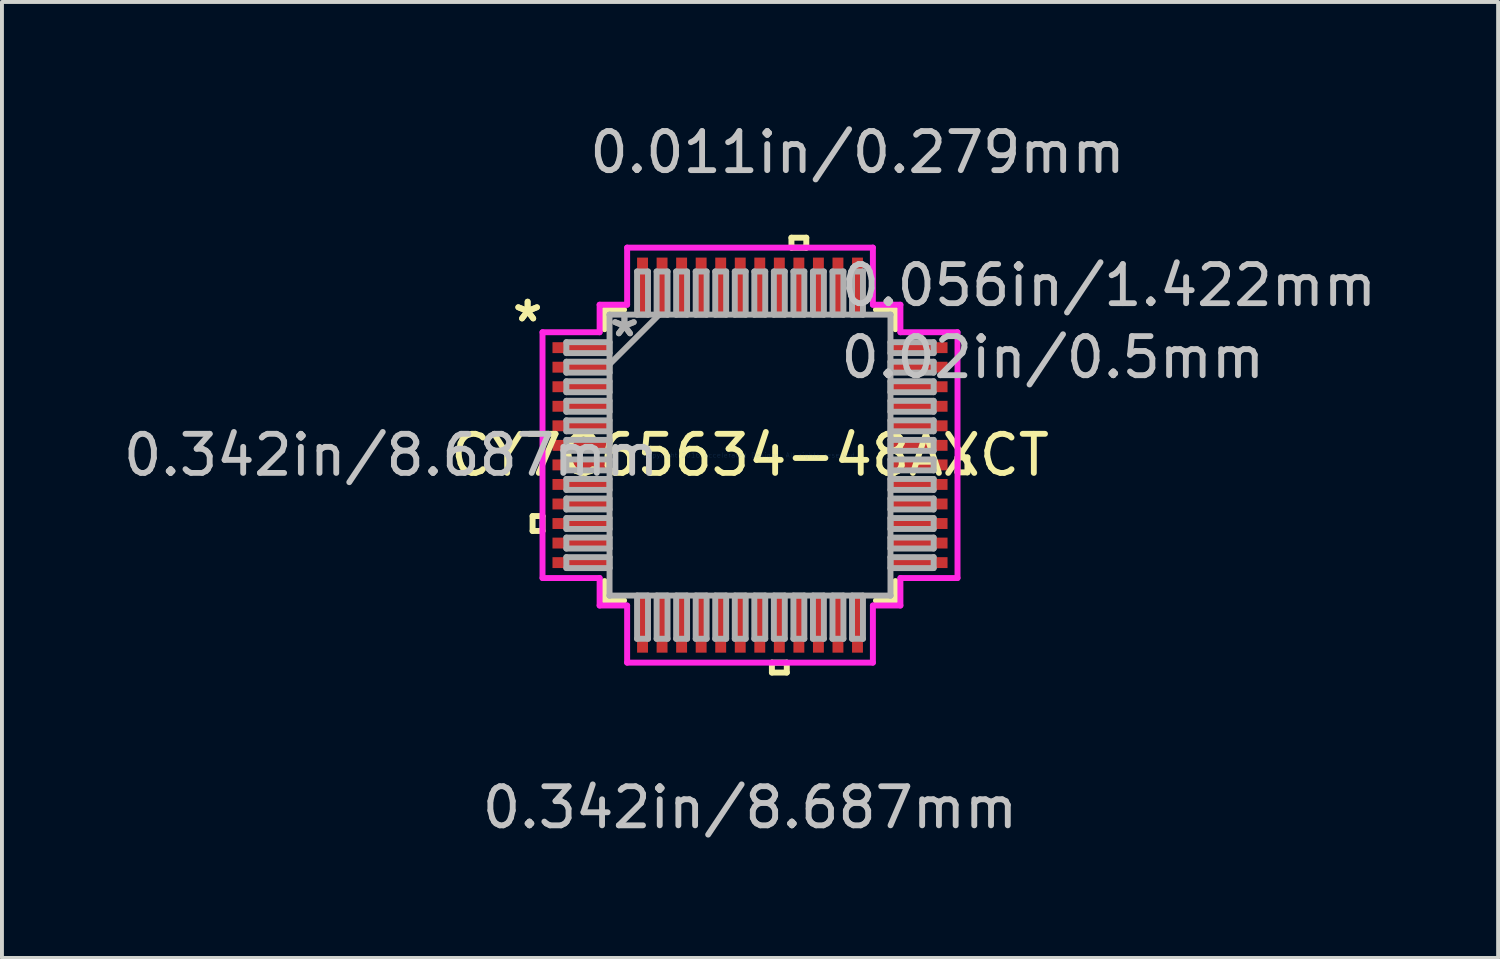
<source format=kicad_pcb>
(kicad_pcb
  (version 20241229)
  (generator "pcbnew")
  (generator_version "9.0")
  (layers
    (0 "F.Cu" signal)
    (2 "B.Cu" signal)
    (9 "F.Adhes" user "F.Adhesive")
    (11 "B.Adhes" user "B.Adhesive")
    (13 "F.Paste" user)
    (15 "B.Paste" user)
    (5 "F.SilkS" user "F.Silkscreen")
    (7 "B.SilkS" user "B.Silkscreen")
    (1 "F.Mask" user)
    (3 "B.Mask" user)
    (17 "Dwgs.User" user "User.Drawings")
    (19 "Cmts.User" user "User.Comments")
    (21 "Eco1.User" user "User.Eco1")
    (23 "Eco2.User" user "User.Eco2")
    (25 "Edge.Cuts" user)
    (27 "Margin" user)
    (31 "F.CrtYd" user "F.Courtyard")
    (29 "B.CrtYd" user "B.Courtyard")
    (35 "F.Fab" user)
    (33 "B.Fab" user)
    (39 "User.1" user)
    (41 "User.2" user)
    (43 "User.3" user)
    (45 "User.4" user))
  (footprint "CY7C65634-48AXCT"
    (layer "F.Cu")
    (at 16.14 8.595)
    (property "Reference" "CY7C65634-48AXCT" (at 0 0 0) (layer "F.SilkS") (effects (font (size 1 1) (thickness 0.15))))
    (attr through_hole)
    (fp_line (start -5.563 1.559) (end -5.563 1.94) (stroke (width 0.152) (type solid)) (layer "F.SilkS"))
    (fp_line (start -5.563 1.94) (end -5.309 1.94) (stroke (width 0.152) (type solid)) (layer "F.SilkS"))
    (fp_line (start -5.309 1.559) (end -5.563 1.559) (stroke (width 0.152) (type solid)) (layer "F.SilkS"))
    (fp_line (start -5.309 1.94) (end -5.309 1.559) (stroke (width 0.152) (type solid)) (layer "F.SilkS"))
    (fp_line (start -3.721 -3.721) (end -3.721 -3.222) (stroke (width 0.152) (type solid)) (layer "F.SilkS"))
    (fp_line (start -3.721 3.222) (end -3.721 3.721) (stroke (width 0.152) (type solid)) (layer "F.SilkS"))
    (fp_line (start -3.721 3.721) (end -3.222 3.721) (stroke (width 0.152) (type solid)) (layer "F.SilkS"))
    (fp_line (start -3.222 -3.721) (end -3.721 -3.721) (stroke (width 0.152) (type solid)) (layer "F.SilkS"))
    (fp_line (start 0.56 5.309) (end 0.56 5.563) (stroke (width 0.152) (type solid)) (layer "F.SilkS"))
    (fp_line (start 0.56 5.563) (end 0.941 5.563) (stroke (width 0.152) (type solid)) (layer "F.SilkS"))
    (fp_line (start 0.941 5.309) (end 0.56 5.309) (stroke (width 0.152) (type solid)) (layer "F.SilkS"))
    (fp_line (start 0.941 5.563) (end 0.941 5.309) (stroke (width 0.152) (type solid)) (layer "F.SilkS"))
    (fp_line (start 1.06 -5.563) (end 1.44 -5.563) (stroke (width 0.152) (type solid)) (layer "F.SilkS"))
    (fp_line (start 1.06 -5.309) (end 1.06 -5.563) (stroke (width 0.152) (type solid)) (layer "F.SilkS"))
    (fp_line (start 1.44 -5.563) (end 1.44 -5.309) (stroke (width 0.152) (type solid)) (layer "F.SilkS"))
    (fp_line (start 1.44 -5.309) (end 1.06 -5.309) (stroke (width 0.152) (type solid)) (layer "F.SilkS"))
    (fp_line (start 3.222 3.721) (end 3.721 3.721) (stroke (width 0.152) (type solid)) (layer "F.SilkS"))
    (fp_line (start 3.721 -3.721) (end 3.222 -3.721) (stroke (width 0.152) (type solid)) (layer "F.SilkS"))
    (fp_line (start 3.721 -3.222) (end 3.721 -3.721) (stroke (width 0.152) (type solid)) (layer "F.SilkS"))
    (fp_line (start 3.721 3.721) (end 3.721 3.222) (stroke (width 0.152) (type solid)) (layer "F.SilkS"))
    (fp_line (start 5.309 0.059) (end 5.563 0.059) (stroke (width 0.152) (type solid)) (layer "F.SilkS"))
    (fp_line (start 5.309 0.441) (end 5.309 0.059) (stroke (width 0.152) (type solid)) (layer "F.SilkS"))
    (fp_line (start 5.563 0.059) (end 5.563 0.441) (stroke (width 0.152) (type solid)) (layer "F.SilkS"))
    (fp_line (start 5.563 0.441) (end 5.309 0.441) (stroke (width 0.152) (type solid)) (layer "F.SilkS"))
    (fp_line (start -5.309 -3.144) (end -3.848 -3.144) (stroke (width 0.152) (type solid)) (layer "F.CrtYd"))
    (fp_line (start -5.309 3.144) (end -5.309 -3.144) (stroke (width 0.152) (type solid)) (layer "F.CrtYd"))
    (fp_line (start -3.848 -3.848) (end -3.144 -3.848) (stroke (width 0.152) (type solid)) (layer "F.CrtYd"))
    (fp_line (start -3.848 -3.144) (end -3.848 -3.848) (stroke (width 0.152) (type solid)) (layer "F.CrtYd"))
    (fp_line (start -3.848 3.144) (end -5.309 3.144) (stroke (width 0.152) (type solid)) (layer "F.CrtYd"))
    (fp_line (start -3.848 3.848) (end -3.848 3.144) (stroke (width 0.152) (type solid)) (layer "F.CrtYd"))
    (fp_line (start -3.144 -5.309) (end 3.144 -5.309) (stroke (width 0.152) (type solid)) (layer "F.CrtYd"))
    (fp_line (start -3.144 -3.848) (end -3.144 -5.309) (stroke (width 0.152) (type solid)) (layer "F.CrtYd"))
    (fp_line (start -3.144 3.848) (end -3.848 3.848) (stroke (width 0.152) (type solid)) (layer "F.CrtYd"))
    (fp_line (start -3.144 5.309) (end -3.144 3.848) (stroke (width 0.152) (type solid)) (layer "F.CrtYd"))
    (fp_line (start 3.144 -5.309) (end 3.144 -3.848) (stroke (width 0.152) (type solid)) (layer "F.CrtYd"))
    (fp_line (start 3.144 -3.848) (end 3.848 -3.848) (stroke (width 0.152) (type solid)) (layer "F.CrtYd"))
    (fp_line (start 3.144 3.848) (end 3.144 5.309) (stroke (width 0.152) (type solid)) (layer "F.CrtYd"))
    (fp_line (start 3.144 5.309) (end -3.144 5.309) (stroke (width 0.152) (type solid)) (layer "F.CrtYd"))
    (fp_line (start 3.848 -3.848) (end 3.848 -3.144) (stroke (width 0.152) (type solid)) (layer "F.CrtYd"))
    (fp_line (start 3.848 -3.144) (end 5.309 -3.144) (stroke (width 0.152) (type solid)) (layer "F.CrtYd"))
    (fp_line (start 3.848 3.144) (end 3.848 3.848) (stroke (width 0.152) (type solid)) (layer "F.CrtYd"))
    (fp_line (start 3.848 3.848) (end 3.144 3.848) (stroke (width 0.152) (type solid)) (layer "F.CrtYd"))
    (fp_line (start 5.309 -3.144) (end 5.309 3.144) (stroke (width 0.152) (type solid)) (layer "F.CrtYd"))
    (fp_line (start 5.309 3.144) (end 3.848 3.144) (stroke (width 0.152) (type solid)) (layer "F.CrtYd"))
    (fp_line (start -4.699 -2.89) (end -4.699 -2.61) (stroke (width 0.152) (type solid)) (layer "F.Fab"))
    (fp_line (start -4.699 -2.61) (end -3.594 -2.61) (stroke (width 0.152) (type solid)) (layer "F.Fab"))
    (fp_line (start -4.699 -2.39) (end -4.699 -2.11) (stroke (width 0.152) (type solid)) (layer "F.Fab"))
    (fp_line (start -4.699 -2.11) (end -3.594 -2.11) (stroke (width 0.152) (type solid)) (layer "F.Fab"))
    (fp_line (start -4.699 -1.89) (end -4.699 -1.61) (stroke (width 0.152) (type solid)) (layer "F.Fab"))
    (fp_line (start -4.699 -1.61) (end -3.594 -1.61) (stroke (width 0.152) (type solid)) (layer "F.Fab"))
    (fp_line (start -4.699 -1.39) (end -4.699 -1.11) (stroke (width 0.152) (type solid)) (layer "F.Fab"))
    (fp_line (start -4.699 -1.11) (end -3.594 -1.11) (stroke (width 0.152) (type solid)) (layer "F.Fab"))
    (fp_line (start -4.699 -0.89) (end -4.699 -0.61) (stroke (width 0.152) (type solid)) (layer "F.Fab"))
    (fp_line (start -4.699 -0.61) (end -3.594 -0.61) (stroke (width 0.152) (type solid)) (layer "F.Fab"))
    (fp_line (start -4.699 -0.39) (end -4.699 -0.11) (stroke (width 0.152) (type solid)) (layer "F.Fab"))
    (fp_line (start -4.699 -0.11) (end -3.594 -0.11) (stroke (width 0.152) (type solid)) (layer "F.Fab"))
    (fp_line (start -4.699 0.11) (end -4.699 0.39) (stroke (width 0.152) (type solid)) (layer "F.Fab"))
    (fp_line (start -4.699 0.39) (end -3.594 0.39) (stroke (width 0.152) (type solid)) (layer "F.Fab"))
    (fp_line (start -4.699 0.61) (end -4.699 0.89) (stroke (width 0.152) (type solid)) (layer "F.Fab"))
    (fp_line (start -4.699 0.89) (end -3.594 0.89) (stroke (width 0.152) (type solid)) (layer "F.Fab"))
    (fp_line (start -4.699 1.11) (end -4.699 1.39) (stroke (width 0.152) (type solid)) (layer "F.Fab"))
    (fp_line (start -4.699 1.39) (end -3.594 1.39) (stroke (width 0.152) (type solid)) (layer "F.Fab"))
    (fp_line (start -4.699 1.61) (end -4.699 1.89) (stroke (width 0.152) (type solid)) (layer "F.Fab"))
    (fp_line (start -4.699 1.89) (end -3.594 1.89) (stroke (width 0.152) (type solid)) (layer "F.Fab"))
    (fp_line (start -4.699 2.11) (end -4.699 2.39) (stroke (width 0.152) (type solid)) (layer "F.Fab"))
    (fp_line (start -4.699 2.39) (end -3.594 2.39) (stroke (width 0.152) (type solid)) (layer "F.Fab"))
    (fp_line (start -4.699 2.61) (end -4.699 2.89) (stroke (width 0.152) (type solid)) (layer "F.Fab"))
    (fp_line (start -4.699 2.89) (end -3.594 2.89) (stroke (width 0.152) (type solid)) (layer "F.Fab"))
    (fp_line (start -3.594 -3.594) (end -3.594 -3.594) (stroke (width 0.152) (type solid)) (layer "F.Fab"))
    (fp_line (start -3.594 -3.594) (end -3.594 3.594) (stroke (width 0.152) (type solid)) (layer "F.Fab"))
    (fp_line (start -3.594 -2.89) (end -4.699 -2.89) (stroke (width 0.152) (type solid)) (layer "F.Fab"))
    (fp_line (start -3.594 -2.61) (end -3.594 -2.89) (stroke (width 0.152) (type solid)) (layer "F.Fab"))
    (fp_line (start -3.594 -2.39) (end -4.699 -2.39) (stroke (width 0.152) (type solid)) (layer "F.Fab"))
    (fp_line (start -3.594 -2.324) (end -2.324 -3.594) (stroke (width 0.152) (type solid)) (layer "F.Fab"))
    (fp_line (start -3.594 -2.11) (end -3.594 -2.39) (stroke (width 0.152) (type solid)) (layer "F.Fab"))
    (fp_line (start -3.594 -1.89) (end -4.699 -1.89) (stroke (width 0.152) (type solid)) (layer "F.Fab"))
    (fp_line (start -3.594 -1.61) (end -3.594 -1.89) (stroke (width 0.152) (type solid)) (layer "F.Fab"))
    (fp_line (start -3.594 -1.39) (end -4.699 -1.39) (stroke (width 0.152) (type solid)) (layer "F.Fab"))
    (fp_line (start -3.594 -1.11) (end -3.594 -1.39) (stroke (width 0.152) (type solid)) (layer "F.Fab"))
    (fp_line (start -3.594 -0.89) (end -4.699 -0.89) (stroke (width 0.152) (type solid)) (layer "F.Fab"))
    (fp_line (start -3.594 -0.61) (end -3.594 -0.89) (stroke (width 0.152) (type solid)) (layer "F.Fab"))
    (fp_line (start -3.594 -0.39) (end -4.699 -0.39) (stroke (width 0.152) (type solid)) (layer "F.Fab"))
    (fp_line (start -3.594 -0.11) (end -3.594 -0.39) (stroke (width 0.152) (type solid)) (layer "F.Fab"))
    (fp_line (start -3.594 0.11) (end -4.699 0.11) (stroke (width 0.152) (type solid)) (layer "F.Fab"))
    (fp_line (start -3.594 0.39) (end -3.594 0.11) (stroke (width 0.152) (type solid)) (layer "F.Fab"))
    (fp_line (start -3.594 0.61) (end -4.699 0.61) (stroke (width 0.152) (type solid)) (layer "F.Fab"))
    (fp_line (start -3.594 0.89) (end -3.594 0.61) (stroke (width 0.152) (type solid)) (layer "F.Fab"))
    (fp_line (start -3.594 1.11) (end -4.699 1.11) (stroke (width 0.152) (type solid)) (layer "F.Fab"))
    (fp_line (start -3.594 1.39) (end -3.594 1.11) (stroke (width 0.152) (type solid)) (layer "F.Fab"))
    (fp_line (start -3.594 1.61) (end -4.699 1.61) (stroke (width 0.152) (type solid)) (layer "F.Fab"))
    (fp_line (start -3.594 1.89) (end -3.594 1.61) (stroke (width 0.152) (type solid)) (layer "F.Fab"))
    (fp_line (start -3.594 2.11) (end -4.699 2.11) (stroke (width 0.152) (type solid)) (layer "F.Fab"))
    (fp_line (start -3.594 2.39) (end -3.594 2.11) (stroke (width 0.152) (type solid)) (layer "F.Fab"))
    (fp_line (start -3.594 2.61) (end -4.699 2.61) (stroke (width 0.152) (type solid)) (layer "F.Fab"))
    (fp_line (start -3.594 2.89) (end -3.594 2.61) (stroke (width 0.152) (type solid)) (layer "F.Fab"))
    (fp_line (start -3.594 3.594) (end -3.594 3.594) (stroke (width 0.152) (type solid)) (layer "F.Fab"))
    (fp_line (start -3.594 3.594) (end 3.594 3.594) (stroke (width 0.152) (type solid)) (layer "F.Fab"))
    (fp_line (start -2.89 -4.699) (end -2.89 -3.594) (stroke (width 0.152) (type solid)) (layer "F.Fab"))
    (fp_line (start -2.89 -3.594) (end -2.61 -3.594) (stroke (width 0.152) (type solid)) (layer "F.Fab"))
    (fp_line (start -2.89 3.594) (end -2.89 4.699) (stroke (width 0.152) (type solid)) (layer "F.Fab"))
    (fp_line (start -2.89 4.699) (end -2.61 4.699) (stroke (width 0.152) (type solid)) (layer "F.Fab"))
    (fp_line (start -2.61 -4.699) (end -2.89 -4.699) (stroke (width 0.152) (type solid)) (layer "F.Fab"))
    (fp_line (start -2.61 -3.594) (end -2.61 -4.699) (stroke (width 0.152) (type solid)) (layer "F.Fab"))
    (fp_line (start -2.61 3.594) (end -2.89 3.594) (stroke (width 0.152) (type solid)) (layer "F.Fab"))
    (fp_line (start -2.61 4.699) (end -2.61 3.594) (stroke (width 0.152) (type solid)) (layer "F.Fab"))
    (fp_line (start -2.39 -4.699) (end -2.39 -3.594) (stroke (width 0.152) (type solid)) (layer "F.Fab"))
    (fp_line (start -2.39 -3.594) (end -2.11 -3.594) (stroke (width 0.152) (type solid)) (layer "F.Fab"))
    (fp_line (start -2.39 3.594) (end -2.39 4.699) (stroke (width 0.152) (type solid)) (layer "F.Fab"))
    (fp_line (start -2.39 4.699) (end -2.11 4.699) (stroke (width 0.152) (type solid)) (layer "F.Fab"))
    (fp_line (start -2.11 -4.699) (end -2.39 -4.699) (stroke (width 0.152) (type solid)) (layer "F.Fab"))
    (fp_line (start -2.11 -3.594) (end -2.11 -4.699) (stroke (width 0.152) (type solid)) (layer "F.Fab"))
    (fp_line (start -2.11 3.594) (end -2.39 3.594) (stroke (width 0.152) (type solid)) (layer "F.Fab"))
    (fp_line (start -2.11 4.699) (end -2.11 3.594) (stroke (width 0.152) (type solid)) (layer "F.Fab"))
    (fp_line (start -1.89 -4.699) (end -1.89 -3.594) (stroke (width 0.152) (type solid)) (layer "F.Fab"))
    (fp_line (start -1.89 -3.594) (end -1.61 -3.594) (stroke (width 0.152) (type solid)) (layer "F.Fab"))
    (fp_line (start -1.89 3.594) (end -1.89 4.699) (stroke (width 0.152) (type solid)) (layer "F.Fab"))
    (fp_line (start -1.89 4.699) (end -1.61 4.699) (stroke (width 0.152) (type solid)) (layer "F.Fab"))
    (fp_line (start -1.61 -4.699) (end -1.89 -4.699) (stroke (width 0.152) (type solid)) (layer "F.Fab"))
    (fp_line (start -1.61 -3.594) (end -1.61 -4.699) (stroke (width 0.152) (type solid)) (layer "F.Fab"))
    (fp_line (start -1.61 3.594) (end -1.89 3.594) (stroke (width 0.152) (type solid)) (layer "F.Fab"))
    (fp_line (start -1.61 4.699) (end -1.61 3.594) (stroke (width 0.152) (type solid)) (layer "F.Fab"))
    (fp_line (start -1.39 -4.699) (end -1.39 -3.594) (stroke (width 0.152) (type solid)) (layer "F.Fab"))
    (fp_line (start -1.39 -3.594) (end -1.11 -3.594) (stroke (width 0.152) (type solid)) (layer "F.Fab"))
    (fp_line (start -1.39 3.594) (end -1.39 4.699) (stroke (width 0.152) (type solid)) (layer "F.Fab"))
    (fp_line (start -1.39 4.699) (end -1.11 4.699) (stroke (width 0.152) (type solid)) (layer "F.Fab"))
    (fp_line (start -1.11 -4.699) (end -1.39 -4.699) (stroke (width 0.152) (type solid)) (layer "F.Fab"))
    (fp_line (start -1.11 -3.594) (end -1.11 -4.699) (stroke (width 0.152) (type solid)) (layer "F.Fab"))
    (fp_line (start -1.11 3.594) (end -1.39 3.594) (stroke (width 0.152) (type solid)) (layer "F.Fab"))
    (fp_line (start -1.11 4.699) (end -1.11 3.594) (stroke (width 0.152) (type solid)) (layer "F.Fab"))
    (fp_line (start -0.89 -4.699) (end -0.89 -3.594) (stroke (width 0.152) (type solid)) (layer "F.Fab"))
    (fp_line (start -0.89 -3.594) (end -0.61 -3.594) (stroke (width 0.152) (type solid)) (layer "F.Fab"))
    (fp_line (start -0.89 3.594) (end -0.89 4.699) (stroke (width 0.152) (type solid)) (layer "F.Fab"))
    (fp_line (start -0.89 4.699) (end -0.61 4.699) (stroke (width 0.152) (type solid)) (layer "F.Fab"))
    (fp_line (start -0.61 -4.699) (end -0.89 -4.699) (stroke (width 0.152) (type solid)) (layer "F.Fab"))
    (fp_line (start -0.61 -3.594) (end -0.61 -4.699) (stroke (width 0.152) (type solid)) (layer "F.Fab"))
    (fp_line (start -0.61 3.594) (end -0.89 3.594) (stroke (width 0.152) (type solid)) (layer "F.Fab"))
    (fp_line (start -0.61 4.699) (end -0.61 3.594) (stroke (width 0.152) (type solid)) (layer "F.Fab"))
    (fp_line (start -0.39 -4.699) (end -0.39 -3.594) (stroke (width 0.152) (type solid)) (layer "F.Fab"))
    (fp_line (start -0.39 -3.594) (end -0.11 -3.594) (stroke (width 0.152) (type solid)) (layer "F.Fab"))
    (fp_line (start -0.39 3.594) (end -0.39 4.699) (stroke (width 0.152) (type solid)) (layer "F.Fab"))
    (fp_line (start -0.39 4.699) (end -0.11 4.699) (stroke (width 0.152) (type solid)) (layer "F.Fab"))
    (fp_line (start -0.11 -4.699) (end -0.39 -4.699) (stroke (width 0.152) (type solid)) (layer "F.Fab"))
    (fp_line (start -0.11 -3.594) (end -0.11 -4.699) (stroke (width 0.152) (type solid)) (layer "F.Fab"))
    (fp_line (start -0.11 3.594) (end -0.39 3.594) (stroke (width 0.152) (type solid)) (layer "F.Fab"))
    (fp_line (start -0.11 4.699) (end -0.11 3.594) (stroke (width 0.152) (type solid)) (layer "F.Fab"))
    (fp_line (start 0.11 -4.699) (end 0.11 -3.594) (stroke (width 0.152) (type solid)) (layer "F.Fab"))
    (fp_line (start 0.11 -3.594) (end 0.39 -3.594) (stroke (width 0.152) (type solid)) (layer "F.Fab"))
    (fp_line (start 0.11 3.594) (end 0.11 4.699) (stroke (width 0.152) (type solid)) (layer "F.Fab"))
    (fp_line (start 0.11 4.699) (end 0.39 4.699) (stroke (width 0.152) (type solid)) (layer "F.Fab"))
    (fp_line (start 0.39 -4.699) (end 0.11 -4.699) (stroke (width 0.152) (type solid)) (layer "F.Fab"))
    (fp_line (start 0.39 -3.594) (end 0.39 -4.699) (stroke (width 0.152) (type solid)) (layer "F.Fab"))
    (fp_line (start 0.39 3.594) (end 0.11 3.594) (stroke (width 0.152) (type solid)) (layer "F.Fab"))
    (fp_line (start 0.39 4.699) (end 0.39 3.594) (stroke (width 0.152) (type solid)) (layer "F.Fab"))
    (fp_line (start 0.61 -4.699) (end 0.61 -3.594) (stroke (width 0.152) (type solid)) (layer "F.Fab"))
    (fp_line (start 0.61 -3.594) (end 0.89 -3.594) (stroke (width 0.152) (type solid)) (layer "F.Fab"))
    (fp_line (start 0.61 3.594) (end 0.61 4.699) (stroke (width 0.152) (type solid)) (layer "F.Fab"))
    (fp_line (start 0.61 4.699) (end 0.89 4.699) (stroke (width 0.152) (type solid)) (layer "F.Fab"))
    (fp_line (start 0.89 -4.699) (end 0.61 -4.699) (stroke (width 0.152) (type solid)) (layer "F.Fab"))
    (fp_line (start 0.89 -3.594) (end 0.89 -4.699) (stroke (width 0.152) (type solid)) (layer "F.Fab"))
    (fp_line (start 0.89 3.594) (end 0.61 3.594) (stroke (width 0.152) (type solid)) (layer "F.Fab"))
    (fp_line (start 0.89 4.699) (end 0.89 3.594) (stroke (width 0.152) (type solid)) (layer "F.Fab"))
    (fp_line (start 1.11 -4.699) (end 1.11 -3.594) (stroke (width 0.152) (type solid)) (layer "F.Fab"))
    (fp_line (start 1.11 -3.594) (end 1.39 -3.594) (stroke (width 0.152) (type solid)) (layer "F.Fab"))
    (fp_line (start 1.11 3.594) (end 1.11 4.699) (stroke (width 0.152) (type solid)) (layer "F.Fab"))
    (fp_line (start 1.11 4.699) (end 1.39 4.699) (stroke (width 0.152) (type solid)) (layer "F.Fab"))
    (fp_line (start 1.39 -4.699) (end 1.11 -4.699) (stroke (width 0.152) (type solid)) (layer "F.Fab"))
    (fp_line (start 1.39 -3.594) (end 1.39 -4.699) (stroke (width 0.152) (type solid)) (layer "F.Fab"))
    (fp_line (start 1.39 3.594) (end 1.11 3.594) (stroke (width 0.152) (type solid)) (layer "F.Fab"))
    (fp_line (start 1.39 4.699) (end 1.39 3.594) (stroke (width 0.152) (type solid)) (layer "F.Fab"))
    (fp_line (start 1.61 -4.699) (end 1.61 -3.594) (stroke (width 0.152) (type solid)) (layer "F.Fab"))
    (fp_line (start 1.61 -3.594) (end 1.89 -3.594) (stroke (width 0.152) (type solid)) (layer "F.Fab"))
    (fp_line (start 1.61 3.594) (end 1.61 4.699) (stroke (width 0.152) (type solid)) (layer "F.Fab"))
    (fp_line (start 1.61 4.699) (end 1.89 4.699) (stroke (width 0.152) (type solid)) (layer "F.Fab"))
    (fp_line (start 1.89 -4.699) (end 1.61 -4.699) (stroke (width 0.152) (type solid)) (layer "F.Fab"))
    (fp_line (start 1.89 -3.594) (end 1.89 -4.699) (stroke (width 0.152) (type solid)) (layer "F.Fab"))
    (fp_line (start 1.89 3.594) (end 1.61 3.594) (stroke (width 0.152) (type solid)) (layer "F.Fab"))
    (fp_line (start 1.89 4.699) (end 1.89 3.594) (stroke (width 0.152) (type solid)) (layer "F.Fab"))
    (fp_line (start 2.11 -4.699) (end 2.11 -3.594) (stroke (width 0.152) (type solid)) (layer "F.Fab"))
    (fp_line (start 2.11 -3.594) (end 2.39 -3.594) (stroke (width 0.152) (type solid)) (layer "F.Fab"))
    (fp_line (start 2.11 3.594) (end 2.11 4.699) (stroke (width 0.152) (type solid)) (layer "F.Fab"))
    (fp_line (start 2.11 4.699) (end 2.39 4.699) (stroke (width 0.152) (type solid)) (layer "F.Fab"))
    (fp_line (start 2.39 -4.699) (end 2.11 -4.699) (stroke (width 0.152) (type solid)) (layer "F.Fab"))
    (fp_line (start 2.39 -3.594) (end 2.39 -4.699) (stroke (width 0.152) (type solid)) (layer "F.Fab"))
    (fp_line (start 2.39 3.594) (end 2.11 3.594) (stroke (width 0.152) (type solid)) (layer "F.Fab"))
    (fp_line (start 2.39 4.699) (end 2.39 3.594) (stroke (width 0.152) (type solid)) (layer "F.Fab"))
    (fp_line (start 2.61 -4.699) (end 2.61 -3.594) (stroke (width 0.152) (type solid)) (layer "F.Fab"))
    (fp_line (start 2.61 -3.594) (end 2.89 -3.594) (stroke (width 0.152) (type solid)) (layer "F.Fab"))
    (fp_line (start 2.61 3.594) (end 2.61 4.699) (stroke (width 0.152) (type solid)) (layer "F.Fab"))
    (fp_line (start 2.61 4.699) (end 2.89 4.699) (stroke (width 0.152) (type solid)) (layer "F.Fab"))
    (fp_line (start 2.89 -4.699) (end 2.61 -4.699) (stroke (width 0.152) (type solid)) (layer "F.Fab"))
    (fp_line (start 2.89 -3.594) (end 2.89 -4.699) (stroke (width 0.152) (type solid)) (layer "F.Fab"))
    (fp_line (start 2.89 3.594) (end 2.61 3.594) (stroke (width 0.152) (type solid)) (layer "F.Fab"))
    (fp_line (start 2.89 4.699) (end 2.89 3.594) (stroke (width 0.152) (type solid)) (layer "F.Fab"))
    (fp_line (start 3.594 -3.594) (end -3.594 -3.594) (stroke (width 0.152) (type solid)) (layer "F.Fab"))
    (fp_line (start 3.594 -3.594) (end 3.594 -3.594) (stroke (width 0.152) (type solid)) (layer "F.Fab"))
    (fp_line (start 3.594 -2.89) (end 3.594 -2.61) (stroke (width 0.152) (type solid)) (layer "F.Fab"))
    (fp_line (start 3.594 -2.61) (end 4.699 -2.61) (stroke (width 0.152) (type solid)) (layer "F.Fab"))
    (fp_line (start 3.594 -2.39) (end 3.594 -2.11) (stroke (width 0.152) (type solid)) (layer "F.Fab"))
    (fp_line (start 3.594 -2.11) (end 4.699 -2.11) (stroke (width 0.152) (type solid)) (layer "F.Fab"))
    (fp_line (start 3.594 -1.89) (end 3.594 -1.61) (stroke (width 0.152) (type solid)) (layer "F.Fab"))
    (fp_line (start 3.594 -1.61) (end 4.699 -1.61) (stroke (width 0.152) (type solid)) (layer "F.Fab"))
    (fp_line (start 3.594 -1.39) (end 3.594 -1.11) (stroke (width 0.152) (type solid)) (layer "F.Fab"))
    (fp_line (start 3.594 -1.11) (end 4.699 -1.11) (stroke (width 0.152) (type solid)) (layer "F.Fab"))
    (fp_line (start 3.594 -0.89) (end 3.594 -0.61) (stroke (width 0.152) (type solid)) (layer "F.Fab"))
    (fp_line (start 3.594 -0.61) (end 4.699 -0.61) (stroke (width 0.152) (type solid)) (layer "F.Fab"))
    (fp_line (start 3.594 -0.39) (end 3.594 -0.11) (stroke (width 0.152) (type solid)) (layer "F.Fab"))
    (fp_line (start 3.594 -0.11) (end 4.699 -0.11) (stroke (width 0.152) (type solid)) (layer "F.Fab"))
    (fp_line (start 3.594 0.11) (end 3.594 0.39) (stroke (width 0.152) (type solid)) (layer "F.Fab"))
    (fp_line (start 3.594 0.39) (end 4.699 0.39) (stroke (width 0.152) (type solid)) (layer "F.Fab"))
    (fp_line (start 3.594 0.61) (end 3.594 0.89) (stroke (width 0.152) (type solid)) (layer "F.Fab"))
    (fp_line (start 3.594 0.89) (end 4.699 0.89) (stroke (width 0.152) (type solid)) (layer "F.Fab"))
    (fp_line (start 3.594 1.11) (end 3.594 1.39) (stroke (width 0.152) (type solid)) (layer "F.Fab"))
    (fp_line (start 3.594 1.39) (end 4.699 1.39) (stroke (width 0.152) (type solid)) (layer "F.Fab"))
    (fp_line (start 3.594 1.61) (end 3.594 1.89) (stroke (width 0.152) (type solid)) (layer "F.Fab"))
    (fp_line (start 3.594 1.89) (end 4.699 1.89) (stroke (width 0.152) (type solid)) (layer "F.Fab"))
    (fp_line (start 3.594 2.11) (end 3.594 2.39) (stroke (width 0.152) (type solid)) (layer "F.Fab"))
    (fp_line (start 3.594 2.39) (end 4.699 2.39) (stroke (width 0.152) (type solid)) (layer "F.Fab"))
    (fp_line (start 3.594 2.61) (end 3.594 2.89) (stroke (width 0.152) (type solid)) (layer "F.Fab"))
    (fp_line (start 3.594 2.89) (end 4.699 2.89) (stroke (width 0.152) (type solid)) (layer "F.Fab"))
    (fp_line (start 3.594 3.594) (end 3.594 -3.594) (stroke (width 0.152) (type solid)) (layer "F.Fab"))
    (fp_line (start 3.594 3.594) (end 3.594 3.594) (stroke (width 0.152) (type solid)) (layer "F.Fab"))
    (fp_line (start 4.699 -2.89) (end 3.594 -2.89) (stroke (width 0.152) (type solid)) (layer "F.Fab"))
    (fp_line (start 4.699 -2.61) (end 4.699 -2.89) (stroke (width 0.152) (type solid)) (layer "F.Fab"))
    (fp_line (start 4.699 -2.39) (end 3.594 -2.39) (stroke (width 0.152) (type solid)) (layer "F.Fab"))
    (fp_line (start 4.699 -2.11) (end 4.699 -2.39) (stroke (width 0.152) (type solid)) (layer "F.Fab"))
    (fp_line (start 4.699 -1.89) (end 3.594 -1.89) (stroke (width 0.152) (type solid)) (layer "F.Fab"))
    (fp_line (start 4.699 -1.61) (end 4.699 -1.89) (stroke (width 0.152) (type solid)) (layer "F.Fab"))
    (fp_line (start 4.699 -1.39) (end 3.594 -1.39) (stroke (width 0.152) (type solid)) (layer "F.Fab"))
    (fp_line (start 4.699 -1.11) (end 4.699 -1.39) (stroke (width 0.152) (type solid)) (layer "F.Fab"))
    (fp_line (start 4.699 -0.89) (end 3.594 -0.89) (stroke (width 0.152) (type solid)) (layer "F.Fab"))
    (fp_line (start 4.699 -0.61) (end 4.699 -0.89) (stroke (width 0.152) (type solid)) (layer "F.Fab"))
    (fp_line (start 4.699 -0.39) (end 3.594 -0.39) (stroke (width 0.152) (type solid)) (layer "F.Fab"))
    (fp_line (start 4.699 -0.11) (end 4.699 -0.39) (stroke (width 0.152) (type solid)) (layer "F.Fab"))
    (fp_line (start 4.699 0.11) (end 3.594 0.11) (stroke (width 0.152) (type solid)) (layer "F.Fab"))
    (fp_line (start 4.699 0.39) (end 4.699 0.11) (stroke (width 0.152) (type solid)) (layer "F.Fab"))
    (fp_line (start 4.699 0.61) (end 3.594 0.61) (stroke (width 0.152) (type solid)) (layer "F.Fab"))
    (fp_line (start 4.699 0.89) (end 4.699 0.61) (stroke (width 0.152) (type solid)) (layer "F.Fab"))
    (fp_line (start 4.699 1.11) (end 3.594 1.11) (stroke (width 0.152) (type solid)) (layer "F.Fab"))
    (fp_line (start 4.699 1.39) (end 4.699 1.11) (stroke (width 0.152) (type solid)) (layer "F.Fab"))
    (fp_line (start 4.699 1.61) (end 3.594 1.61) (stroke (width 0.152) (type solid)) (layer "F.Fab"))
    (fp_line (start 4.699 1.89) (end 4.699 1.61) (stroke (width 0.152) (type solid)) (layer "F.Fab"))
    (fp_line (start 4.699 2.11) (end 3.594 2.11) (stroke (width 0.152) (type solid)) (layer "F.Fab"))
    (fp_line (start 4.699 2.39) (end 4.699 2.11) (stroke (width 0.152) (type solid)) (layer "F.Fab"))
    (fp_line (start 4.699 2.61) (end 3.594 2.61) (stroke (width 0.152) (type solid)) (layer "F.Fab"))
    (fp_line (start 4.699 2.89) (end 4.699 2.61) (stroke (width 0.152) (type solid)) (layer "F.Fab"))
    (fp_text user "*" (at -5.69 -3.381 0) (layer "F.SilkS") (effects (font (size 1 1) (thickness 0.15))))
    (fp_text user "*" (at -5.69 -3.381 0) (layer "F.SilkS") (effects (font (size 1 1) (thickness 0.15))))
    (fp_text user "0.342in/8.687mm" (at 0 9.017 0) (layer "Dwgs.User") (effects (font (size 1 1) (thickness 0.15))))
    (fp_text user "0.011in/0.279mm" (at 2.75 -7.747 0) (layer "Dwgs.User") (effects (font (size 1 1) (thickness 0.15))))
    (fp_text user "0.342in/8.687mm" (at -9.182 0 0) (layer "Dwgs.User") (effects (font (size 1 1) (thickness 0.15))))
    (fp_text user "0.02in/0.5mm" (at 7.747 -2.5 0) (layer "Dwgs.User") (effects (font (size 1 1) (thickness 0.15))))
    (fp_text user "0.056in/1.422mm" (at 9.182 -4.343 0) (layer "Dwgs.User") (effects (font (size 1 1) (thickness 0.15))))
    (fp_text user "Copyright 2016 Accelerated Designs. All rights reserved." (at 0 0 0) (layer "Cmts.User") (effects (font (size 0.127 0.127) (thickness 0.002))))
    (fp_text user "*" (at -3.213 -3 0) (layer "F.Fab") (effects (font (size 1 1) (thickness 0.15))))
    (fp_text user "*" (at -3.213 -3 0) (layer "F.Fab") (effects (font (size 1 1) (thickness 0.15))))
    (pad "1" smd rect (at -4.343 -2.75 90) (size 0.279 1.422) (layers "F.Cu" "F.Mask" "F.Paste"))
    (pad "2" smd rect (at -4.343 -2.25 90) (size 0.279 1.422) (layers "F.Cu" "F.Mask" "F.Paste"))
    (pad "3" smd rect (at -4.343 -1.75 90) (size 0.279 1.422) (layers "F.Cu" "F.Mask" "F.Paste"))
    (pad "4" smd rect (at -4.343 -1.25 90) (size 0.279 1.422) (layers "F.Cu" "F.Mask" "F.Paste"))
    (pad "5" smd rect (at -4.343 -0.75 90) (size 0.279 1.422) (layers "F.Cu" "F.Mask" "F.Paste"))
    (pad "6" smd rect (at -4.343 -0.25 90) (size 0.279 1.422) (layers "F.Cu" "F.Mask" "F.Paste"))
    (pad "7" smd rect (at -4.343 0.25 90) (size 0.279 1.422) (layers "F.Cu" "F.Mask" "F.Paste"))
    (pad "8" smd rect (at -4.343 0.75 90) (size 0.279 1.422) (layers "F.Cu" "F.Mask" "F.Paste"))
    (pad "9" smd rect (at -4.343 1.25 90) (size 0.279 1.422) (layers "F.Cu" "F.Mask" "F.Paste"))
    (pad "10" smd rect (at -4.343 1.75 90) (size 0.279 1.422) (layers "F.Cu" "F.Mask" "F.Paste"))
    (pad "11" smd rect (at -4.343 2.25 90) (size 0.279 1.422) (layers "F.Cu" "F.Mask" "F.Paste"))
    (pad "12" smd rect (at -4.343 2.75 90) (size 0.279 1.422) (layers "F.Cu" "F.Mask" "F.Paste"))
    (pad "13" smd rect (at -2.75 4.343) (size 0.279 1.422) (layers "F.Cu" "F.Mask" "F.Paste"))
    (pad "14" smd rect (at -2.25 4.343) (size 0.279 1.422) (layers "F.Cu" "F.Mask" "F.Paste"))
    (pad "15" smd rect (at -1.75 4.343) (size 0.279 1.422) (layers "F.Cu" "F.Mask" "F.Paste"))
    (pad "16" smd rect (at -1.25 4.343) (size 0.279 1.422) (layers "F.Cu" "F.Mask" "F.Paste"))
    (pad "17" smd rect (at -0.75 4.343) (size 0.279 1.422) (layers "F.Cu" "F.Mask" "F.Paste"))
    (pad "18" smd rect (at -0.25 4.343) (size 0.279 1.422) (layers "F.Cu" "F.Mask" "F.Paste"))
    (pad "19" smd rect (at 0.25 4.343) (size 0.279 1.422) (layers "F.Cu" "F.Mask" "F.Paste"))
    (pad "20" smd rect (at 0.75 4.343) (size 0.279 1.422) (layers "F.Cu" "F.Mask" "F.Paste"))
    (pad "21" smd rect (at 1.25 4.343) (size 0.279 1.422) (layers "F.Cu" "F.Mask" "F.Paste"))
    (pad "22" smd rect (at 1.75 4.343) (size 0.279 1.422) (layers "F.Cu" "F.Mask" "F.Paste"))
    (pad "23" smd rect (at 2.25 4.343) (size 0.279 1.422) (layers "F.Cu" "F.Mask" "F.Paste"))
    (pad "24" smd rect (at 2.75 4.343) (size 0.279 1.422) (layers "F.Cu" "F.Mask" "F.Paste"))
    (pad "25" smd rect (at 4.343 2.75 90) (size 0.279 1.422) (layers "F.Cu" "F.Mask" "F.Paste"))
    (pad "26" smd rect (at 4.343 2.25 90) (size 0.279 1.422) (layers "F.Cu" "F.Mask" "F.Paste"))
    (pad "27" smd rect (at 4.343 1.75 90) (size 0.279 1.422) (layers "F.Cu" "F.Mask" "F.Paste"))
    (pad "28" smd rect (at 4.343 1.25 90) (size 0.279 1.422) (layers "F.Cu" "F.Mask" "F.Paste"))
    (pad "29" smd rect (at 4.343 0.75 90) (size 0.279 1.422) (layers "F.Cu" "F.Mask" "F.Paste"))
    (pad "30" smd rect (at 4.343 0.25 90) (size 0.279 1.422) (layers "F.Cu" "F.Mask" "F.Paste"))
    (pad "31" smd rect (at 4.343 -0.25 90) (size 0.279 1.422) (layers "F.Cu" "F.Mask" "F.Paste"))
    (pad "32" smd rect (at 4.343 -0.75 90) (size 0.279 1.422) (layers "F.Cu" "F.Mask" "F.Paste"))
    (pad "33" smd rect (at 4.343 -1.25 90) (size 0.279 1.422) (layers "F.Cu" "F.Mask" "F.Paste"))
    (pad "34" smd rect (at 4.343 -1.75 90) (size 0.279 1.422) (layers "F.Cu" "F.Mask" "F.Paste"))
    (pad "35" smd rect (at 4.343 -2.25 90) (size 0.279 1.422) (layers "F.Cu" "F.Mask" "F.Paste"))
    (pad "36" smd rect (at 4.343 -2.75 90) (size 0.279 1.422) (layers "F.Cu" "F.Mask" "F.Paste"))
    (pad "37" smd rect (at 2.75 -4.343) (size 0.279 1.422) (layers "F.Cu" "F.Mask" "F.Paste"))
    (pad "38" smd rect (at 2.25 -4.343) (size 0.279 1.422) (layers "F.Cu" "F.Mask" "F.Paste"))
    (pad "39" smd rect (at 1.75 -4.343) (size 0.279 1.422) (layers "F.Cu" "F.Mask" "F.Paste"))
    (pad "40" smd rect (at 1.25 -4.343) (size 0.279 1.422) (layers "F.Cu" "F.Mask" "F.Paste"))
    (pad "41" smd rect (at 0.75 -4.343) (size 0.279 1.422) (layers "F.Cu" "F.Mask" "F.Paste"))
    (pad "42" smd rect (at 0.25 -4.343) (size 0.279 1.422) (layers "F.Cu" "F.Mask" "F.Paste"))
    (pad "43" smd rect (at -0.25 -4.343) (size 0.279 1.422) (layers "F.Cu" "F.Mask" "F.Paste"))
    (pad "44" smd rect (at -0.75 -4.343) (size 0.279 1.422) (layers "F.Cu" "F.Mask" "F.Paste"))
    (pad "45" smd rect (at -1.25 -4.343) (size 0.279 1.422) (layers "F.Cu" "F.Mask" "F.Paste"))
    (pad "46" smd rect (at -1.75 -4.343) (size 0.279 1.422) (layers "F.Cu" "F.Mask" "F.Paste"))
    (pad "47" smd rect (at -2.25 -4.343) (size 0.279 1.422) (layers "F.Cu" "F.Mask" "F.Paste"))
    (pad "48" smd rect (at -2.75 -4.343) (size 0.279 1.422) (layers "F.Cu" "F.Mask" "F.Paste")))
  (gr_rect
    (start -3 -3)
    (end 35.281 21.46)
    (stroke (width 0.1) (type default))
    (fill no)
    (layer "Edge.Cuts")))
</source>
